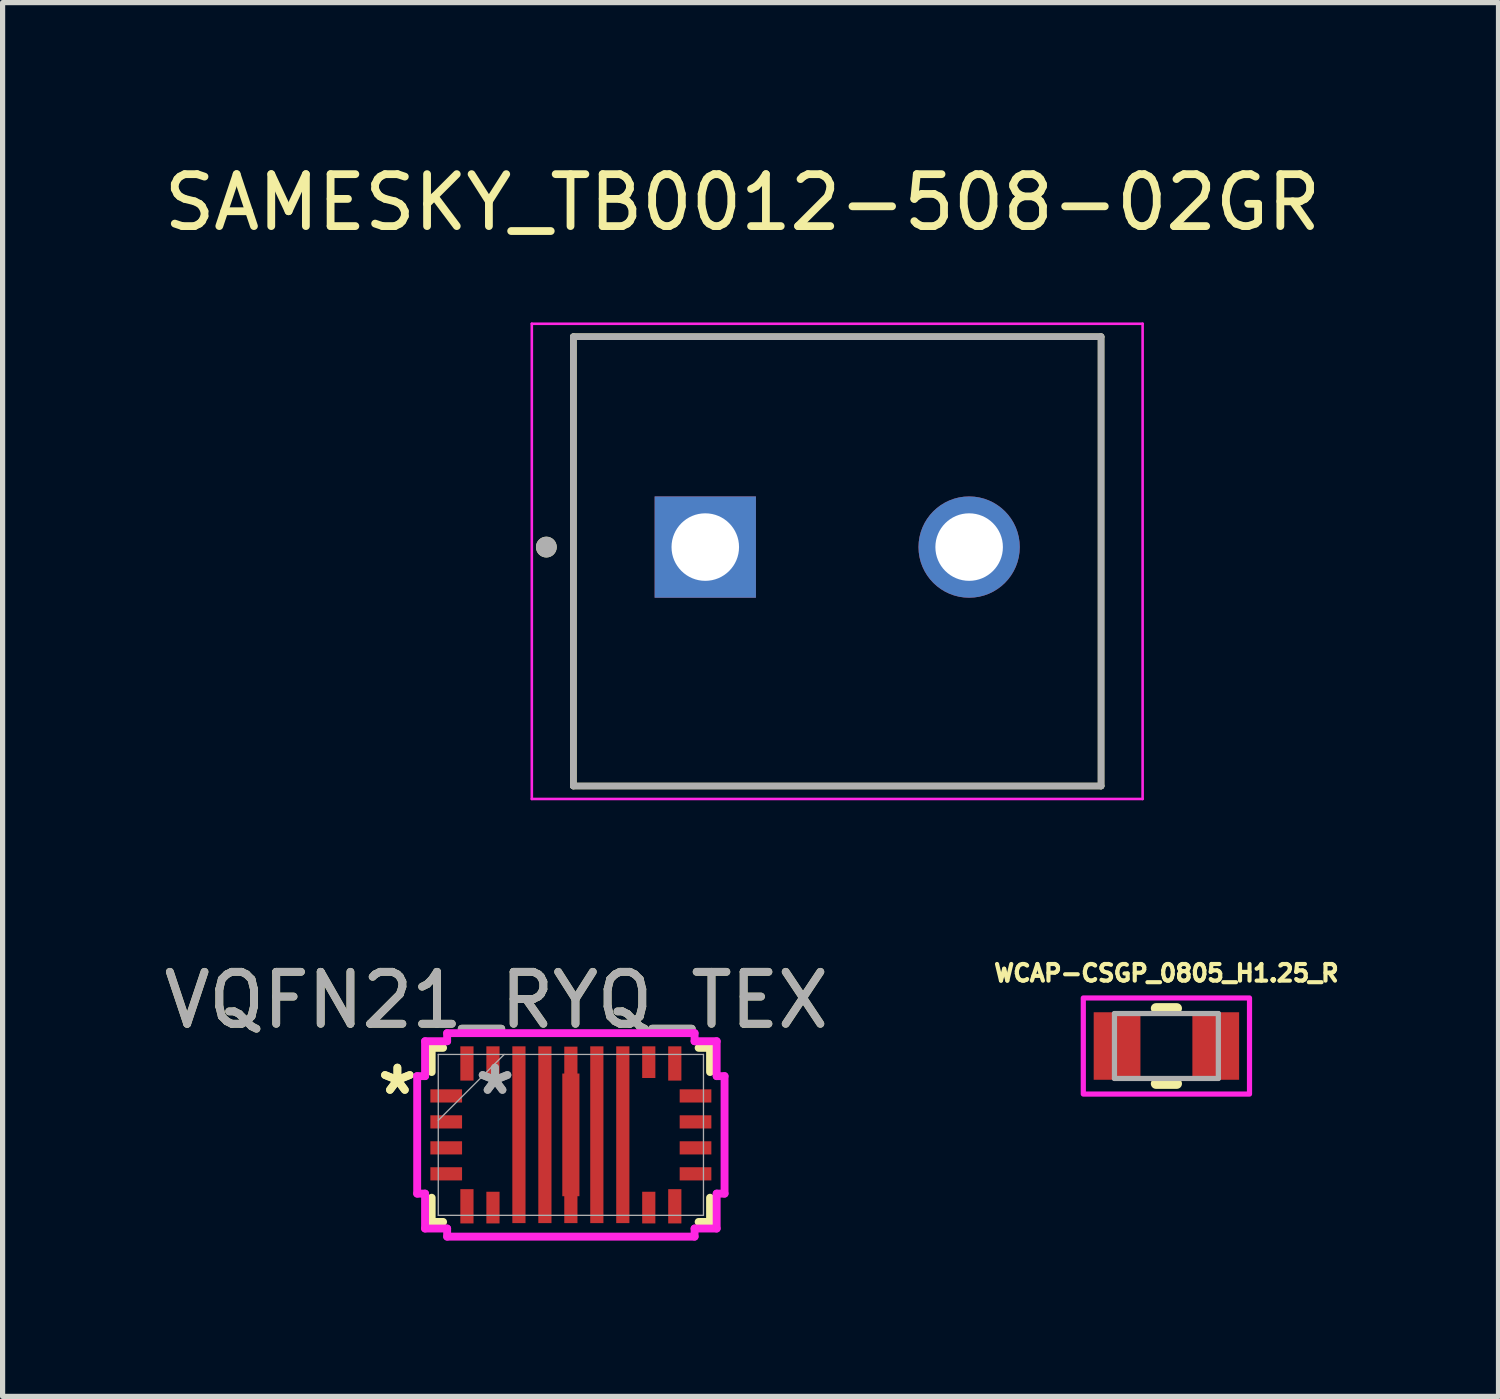
<source format=kicad_pcb>
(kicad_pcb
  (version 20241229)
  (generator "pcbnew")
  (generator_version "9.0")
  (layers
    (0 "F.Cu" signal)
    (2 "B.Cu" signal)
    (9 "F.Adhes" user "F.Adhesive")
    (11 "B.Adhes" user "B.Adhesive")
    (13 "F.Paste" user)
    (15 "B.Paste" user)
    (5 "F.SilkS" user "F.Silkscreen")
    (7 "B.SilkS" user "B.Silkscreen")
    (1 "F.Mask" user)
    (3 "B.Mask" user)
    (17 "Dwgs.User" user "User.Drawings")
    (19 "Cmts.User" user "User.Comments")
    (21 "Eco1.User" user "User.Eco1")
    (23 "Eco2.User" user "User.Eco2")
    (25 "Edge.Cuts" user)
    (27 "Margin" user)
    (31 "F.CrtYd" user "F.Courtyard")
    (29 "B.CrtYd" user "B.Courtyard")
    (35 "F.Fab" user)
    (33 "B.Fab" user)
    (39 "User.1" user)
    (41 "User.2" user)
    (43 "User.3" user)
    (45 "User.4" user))
  (footprint "WCAP-CSGP_0805_H1.25_R"
    (layer "F.Cu")
    (at 19.407 17.089)
    (property "Reference" "WCAP-CSGP_0805_H1.25_R" (at 0 -1.403 0) (layer "F.SilkS") (effects (font (size 0.32 0.32) (thickness 0.15))))
    (attr smd)
    (fp_line (start -0.2 -0.725) (end 0.2 -0.725) (stroke (width 0.2) (type solid)) (layer "F.SilkS"))
    (fp_line (start -0.2 0.725) (end 0.2 0.725) (stroke (width 0.2) (type solid)) (layer "F.SilkS"))
    (fp_poly (pts (xy -1.6 -0.925) (xy 1.6 -0.925) (xy 1.6 0.925) (xy -1.6 0.925)) (stroke (width 0.1) (type solid)) (fill no) (layer "F.CrtYd"))
    (fp_line (start -1 -0.625) (end -1 0.625) (stroke (width 0.1) (type solid)) (layer "F.Fab"))
    (fp_line (start -1 -0.625) (end 1 -0.625) (stroke (width 0.1) (type solid)) (layer "F.Fab"))
    (fp_line (start -1 0.625) (end 1 0.625) (stroke (width 0.1) (type solid)) (layer "F.Fab"))
    (fp_line (start 1 0.625) (end 1 -0.625) (stroke (width 0.1) (type solid)) (layer "F.Fab"))
    (pad "1" smd rect (at -0.95 0) (size 0.9 1.3) (layers "F.Cu" "F.Mask" "F.Paste"))
    (pad "2" smd rect (at 0.95 0) (size 0.9 1.3) (layers "F.Cu" "F.Mask" "F.Paste")))
  (footprint "SAMESKY_TB0012-508-02GR"
    (layer "F.Cu")
    (at 13.069 7.483)
    (property "Reference" "SAMESKY_TB0012-508-02GR" (at -1.825 -6.635 0) (layer "F.SilkS") (effects (font (size 1 1) (thickness 0.15))))
    (attr through_hole)
    (fp_line (start -5.08 -4.05) (end 5.08 -4.05) (stroke (width 0.127) (type solid)) (layer "F.SilkS"))
    (fp_line (start -5.08 4.6) (end -5.08 -4.05) (stroke (width 0.127) (type solid)) (layer "F.SilkS"))
    (fp_line (start 5.08 -4.05) (end 5.08 4.6) (stroke (width 0.127) (type solid)) (layer "F.SilkS"))
    (fp_line (start 5.08 4.6) (end -5.08 4.6) (stroke (width 0.127) (type solid)) (layer "F.SilkS"))
    (fp_circle (center -5.6 0) (end -5.5 0) (stroke (width 0.2) (type solid)) (fill no) (layer "F.SilkS"))
    (fp_line (start -5.88 -4.3) (end 5.88 -4.3) (stroke (width 0.05) (type solid)) (layer "F.CrtYd"))
    (fp_line (start -5.88 4.85) (end -5.88 -4.3) (stroke (width 0.05) (type solid)) (layer "F.CrtYd"))
    (fp_line (start 5.88 -4.3) (end 5.88 4.85) (stroke (width 0.05) (type solid)) (layer "F.CrtYd"))
    (fp_line (start 5.88 4.85) (end -5.88 4.85) (stroke (width 0.05) (type solid)) (layer "F.CrtYd"))
    (fp_line (start -5.08 -4.05) (end 5.08 -4.05) (stroke (width 0.127) (type solid)) (layer "F.Fab"))
    (fp_line (start -5.08 4.6) (end -5.08 -4.05) (stroke (width 0.127) (type solid)) (layer "F.Fab"))
    (fp_line (start 5.08 -4.05) (end 5.08 4.6) (stroke (width 0.127) (type solid)) (layer "F.Fab"))
    (fp_line (start 5.08 4.6) (end -5.08 4.6) (stroke (width 0.127) (type solid)) (layer "F.Fab"))
    (fp_circle (center -5.6 0) (end -5.5 0) (stroke (width 0.2) (type solid)) (fill no) (layer "F.Fab"))
    (pad "1" thru_hole rect (at -2.54 0) (size 1.95 1.95) (drill 1.3) (layers "*.Cu" "*.Mask"))
    (pad "2" thru_hole circle (at 2.54 0) (size 1.95 1.95) (drill 1.3) (layers "*.Cu" "*.Mask")))
  (footprint "VQFN21_RYQ_TEX"
    (layer "F.Cu")
    (at 7.941 18.8)
    (property "Reference" "VQFN21_RYQ_TEX" (at -1.435 -2.594 0) (unlocked yes) (layer "F.SilkS") (effects (font (size 1 1) (thickness 0.15))))
    (attr smd)
    (fp_poly (pts (xy -0.127 -1.699) (xy -0.127 -1.181) (xy -0.165 -1.181) (xy -0.165 1.181) (xy -0.127 1.181) (xy -0.127 1.699) (xy 0.127 1.699) (xy 0.127 1.181) (xy 0.165 1.181) (xy 0.165 -1.181) (xy 0.127 -1.181) (xy 0.127 -1.699)) (stroke (width 0) (type solid)) (fill yes) (layer "F.Cu"))
    (fp_poly (pts (xy -0.127 -1.699) (xy -0.127 -1.181) (xy -0.165 -1.181) (xy -0.165 1.181) (xy -0.127 1.181) (xy -0.127 1.699) (xy 0.127 1.699) (xy 0.127 1.181) (xy 0.165 1.181) (xy 0.165 -1.181) (xy 0.127 -1.181) (xy 0.127 -1.699)) (stroke (width 0) (type solid)) (fill yes) (layer "F.Mask"))
    (fp_line (start -2.68 -1.676) (end -2.68 -1.21) (stroke (width 0.152) (type solid)) (layer "F.SilkS"))
    (fp_line (start -2.68 1.21) (end -2.68 1.676) (stroke (width 0.152) (type solid)) (layer "F.SilkS"))
    (fp_line (start -2.68 1.676) (end -2.46 1.676) (stroke (width 0.152) (type solid)) (layer "F.SilkS"))
    (fp_line (start -2.46 -1.676) (end -2.68 -1.676) (stroke (width 0.152) (type solid)) (layer "F.SilkS"))
    (fp_line (start 2.46 1.676) (end 2.68 1.676) (stroke (width 0.152) (type solid)) (layer "F.SilkS"))
    (fp_line (start 2.68 -1.676) (end 2.46 -1.676) (stroke (width 0.152) (type solid)) (layer "F.SilkS"))
    (fp_line (start 2.68 -1.21) (end 2.68 -1.676) (stroke (width 0.152) (type solid)) (layer "F.SilkS"))
    (fp_line (start 2.68 1.676) (end 2.68 1.21) (stroke (width 0.152) (type solid)) (layer "F.SilkS"))
    (fp_poly (pts (xy -0.127 -1.699) (xy -0.127 -1.181) (xy -0.165 -1.181) (xy -0.165 1.181) (xy -0.127 1.181) (xy -0.127 1.699) (xy 0.127 1.699) (xy 0.127 1.181) (xy 0.165 1.181) (xy 0.165 -1.181) (xy 0.127 -1.181) (xy 0.127 -1.699)) (stroke (width 0) (type solid)) (fill yes) (layer "F.Paste"))
    (fp_poly (pts (xy 0.127 -1.705) (xy 0.127 -1.181) (xy 0.165 -1.181) (xy 0.165 1.181) (xy 0.127 1.181) (xy 0.127 1.699) (xy -0.127 1.699) (xy -0.127 1.181) (xy -0.165 1.181) (xy -0.165 -1.181) (xy -0.127 -1.181) (xy -0.127 -1.705)) (stroke (width 0) (type solid)) (fill yes) (layer "F.Paste"))
    (fp_poly (pts (xy 0.127 -1.705) (xy 0.127 -1.181) (xy 0.165 -1.181) (xy 0.165 1.181) (xy 0.127 1.181) (xy 0.127 1.699) (xy -0.127 1.699) (xy -0.127 1.181) (xy -0.165 1.181) (xy -0.165 -1.181) (xy -0.127 -1.181) (xy -0.127 -1.705)) (stroke (width 0) (type solid)) (fill yes) (layer "F.Paste"))
    (fp_line (start -2.959 -1.131) (end -2.807 -1.131) (stroke (width 0.152) (type solid)) (layer "F.CrtYd"))
    (fp_line (start -2.959 1.131) (end -2.959 -1.131) (stroke (width 0.152) (type solid)) (layer "F.CrtYd"))
    (fp_line (start -2.807 -1.803) (end -2.382 -1.803) (stroke (width 0.152) (type solid)) (layer "F.CrtYd"))
    (fp_line (start -2.807 -1.131) (end -2.807 -1.803) (stroke (width 0.152) (type solid)) (layer "F.CrtYd"))
    (fp_line (start -2.807 1.131) (end -2.959 1.131) (stroke (width 0.152) (type solid)) (layer "F.CrtYd"))
    (fp_line (start -2.807 1.803) (end -2.807 1.131) (stroke (width 0.152) (type solid)) (layer "F.CrtYd"))
    (fp_line (start -2.382 -1.959) (end 2.382 -1.959) (stroke (width 0.152) (type solid)) (layer "F.CrtYd"))
    (fp_line (start -2.382 -1.803) (end -2.382 -1.959) (stroke (width 0.152) (type solid)) (layer "F.CrtYd"))
    (fp_line (start -2.382 1.803) (end -2.807 1.803) (stroke (width 0.152) (type solid)) (layer "F.CrtYd"))
    (fp_line (start -2.382 1.959) (end -2.382 1.803) (stroke (width 0.152) (type solid)) (layer "F.CrtYd"))
    (fp_line (start 2.382 -1.959) (end 2.382 -1.803) (stroke (width 0.152) (type solid)) (layer "F.CrtYd"))
    (fp_line (start 2.382 -1.803) (end 2.807 -1.803) (stroke (width 0.152) (type solid)) (layer "F.CrtYd"))
    (fp_line (start 2.382 1.803) (end 2.382 1.959) (stroke (width 0.152) (type solid)) (layer "F.CrtYd"))
    (fp_line (start 2.382 1.959) (end -2.382 1.959) (stroke (width 0.152) (type solid)) (layer "F.CrtYd"))
    (fp_line (start 2.807 -1.803) (end 2.807 -1.131) (stroke (width 0.152) (type solid)) (layer "F.CrtYd"))
    (fp_line (start 2.807 -1.131) (end 2.959 -1.131) (stroke (width 0.152) (type solid)) (layer "F.CrtYd"))
    (fp_line (start 2.807 1.131) (end 2.807 1.803) (stroke (width 0.152) (type solid)) (layer "F.CrtYd"))
    (fp_line (start 2.807 1.803) (end 2.382 1.803) (stroke (width 0.152) (type solid)) (layer "F.CrtYd"))
    (fp_line (start 2.959 -1.131) (end 2.959 1.131) (stroke (width 0.152) (type solid)) (layer "F.CrtYd"))
    (fp_line (start 2.959 1.131) (end 2.807 1.131) (stroke (width 0.152) (type solid)) (layer "F.CrtYd"))
    (fp_line (start -2.553 -1.549) (end -2.553 1.549) (stroke (width 0.025) (type solid)) (layer "F.Fab"))
    (fp_line (start -2.553 -0.279) (end -1.283 -1.549) (stroke (width 0.025) (type solid)) (layer "F.Fab"))
    (fp_line (start -2.553 1.549) (end 2.553 1.549) (stroke (width 0.025) (type solid)) (layer "F.Fab"))
    (fp_line (start 2.553 -1.549) (end -2.553 -1.549) (stroke (width 0.025) (type solid)) (layer "F.Fab"))
    (fp_line (start 2.553 1.549) (end 2.553 -1.549) (stroke (width 0.025) (type solid)) (layer "F.Fab"))
    (fp_text user "*" (at -3.34 -0.75 0) (unlocked yes) (layer "F.SilkS") (effects (font (size 1 1) (thickness 0.15))))
    (fp_text user "*" (at -3.34 -0.75 0) (layer "F.SilkS") (effects (font (size 1 1) (thickness 0.15))))
    (fp_text user "*" (at -1.46 -0.75 0) (unlocked yes) (layer "F.Fab") (effects (font (size 1 1) (thickness 0.15))))
    (fp_text user "${REFERENCE}" (at -1.435 -2.594 0) (unlocked yes) (layer "F.Fab") (effects (font (size 1 1) (thickness 0.15))))
    (fp_text user "*" (at -1.46 -0.75 0) (layer "F.Fab") (effects (font (size 1 1) (thickness 0.15))))
    (pad "1" smd rect (at -2.4 -0.75) (size 0.61 0.254) (layers "F.Cu" "F.Mask" "F.Paste"))
    (pad "2" smd rect (at -2.4 -0.25) (size 0.61 0.254) (layers "F.Cu" "F.Mask" "F.Paste"))
    (pad "3" smd rect (at -2.4 0.25) (size 0.61 0.254) (layers "F.Cu" "F.Mask" "F.Paste"))
    (pad "4" smd rect (at -2.4 0.75) (size 0.61 0.254) (layers "F.Cu" "F.Mask" "F.Paste"))
    (pad "5" smd rect (at -2.001 1.375) (size 0.254 0.66) (layers "F.Cu" "F.Mask" "F.Paste"))
    (pad "6" smd rect (at -1.5 1.4 90) (size 0.61 0.254) (layers "F.Cu" "F.Mask" "F.Paste"))
    (pad "7" smd rect (at -1 -0.003) (size 0.254 3.404) (layers "F.Cu" "F.Mask" "F.Paste"))
    (pad "8" smd rect (at -0.5 -0.003) (size 0.254 3.404) (layers "F.Cu" "F.Mask" "F.Paste"))
    (pad "9" smd rect (at 0 -0.003) (size 0.127 0.127) (layers "F.Cu" "F.Mask" "F.Paste"))
    (pad "10" smd rect (at 0.5 -0.003) (size 0.254 3.404) (layers "F.Cu" "F.Mask" "F.Paste"))
    (pad "11" smd rect (at 1 -0.003) (size 0.254 3.404) (layers "F.Cu" "F.Mask" "F.Paste"))
    (pad "12" smd rect (at 1.5 1.4 90) (size 0.61 0.254) (layers "F.Cu" "F.Mask" "F.Paste"))
    (pad "13" smd rect (at 2.001 1.375) (size 0.254 0.66) (layers "F.Cu" "F.Mask" "F.Paste"))
    (pad "14" smd rect (at 2.4 0.75) (size 0.61 0.254) (layers "F.Cu" "F.Mask" "F.Paste"))
    (pad "15" smd rect (at 2.4 0.25) (size 0.61 0.254) (layers "F.Cu" "F.Mask" "F.Paste"))
    (pad "16" smd rect (at 2.4 -0.25) (size 0.61 0.254) (layers "F.Cu" "F.Mask" "F.Paste"))
    (pad "17" smd rect (at 2.4 -0.75) (size 0.61 0.254) (layers "F.Cu" "F.Mask" "F.Paste"))
    (pad "18" smd rect (at 2.001 -1.375) (size 0.254 0.66) (layers "F.Cu" "F.Mask" "F.Paste"))
    (pad "19" smd rect (at 1.5 -1.4 90) (size 0.61 0.254) (layers "F.Cu" "F.Mask" "F.Paste"))
    (pad "20" smd rect (at -1.5 -1.4 90) (size 0.61 0.254) (layers "F.Cu" "F.Mask" "F.Paste"))
    (pad "21" smd rect (at -2.001 -1.375) (size 0.254 0.66) (layers "F.Cu" "F.Mask" "F.Paste")))
  (gr_rect
    (start -3 -3)
    (end 25.801 23.835)
    (stroke (width 0.1) (type default))
    (fill no)
    (layer "Edge.Cuts")))
</source>
